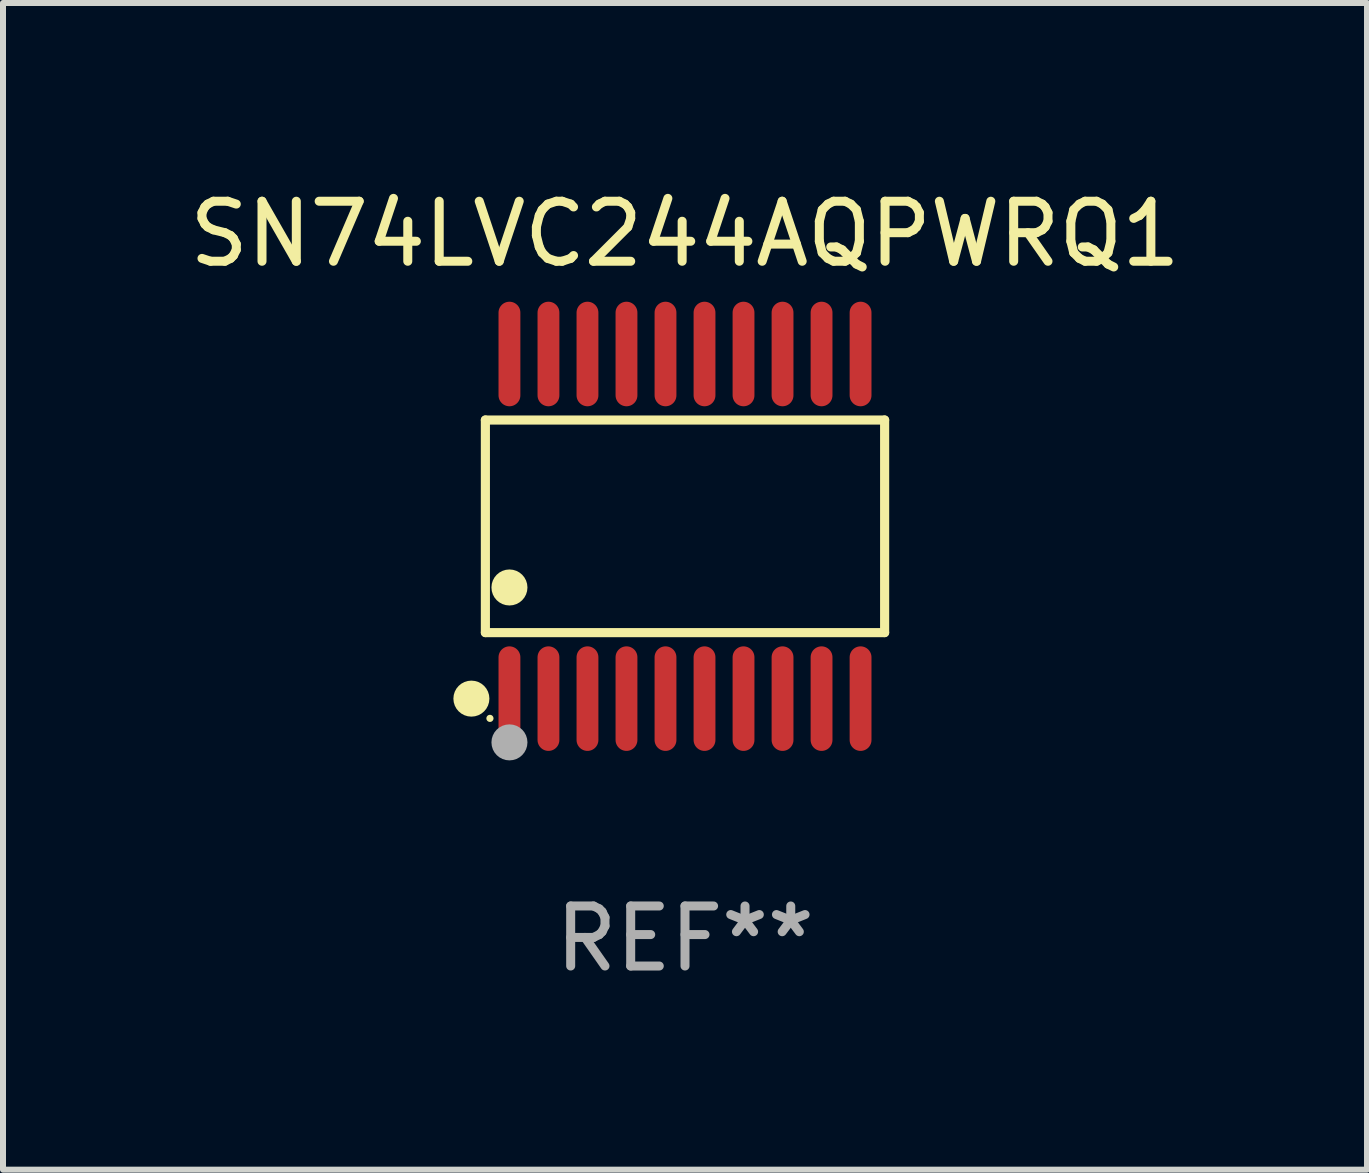
<source format=kicad_pcb>
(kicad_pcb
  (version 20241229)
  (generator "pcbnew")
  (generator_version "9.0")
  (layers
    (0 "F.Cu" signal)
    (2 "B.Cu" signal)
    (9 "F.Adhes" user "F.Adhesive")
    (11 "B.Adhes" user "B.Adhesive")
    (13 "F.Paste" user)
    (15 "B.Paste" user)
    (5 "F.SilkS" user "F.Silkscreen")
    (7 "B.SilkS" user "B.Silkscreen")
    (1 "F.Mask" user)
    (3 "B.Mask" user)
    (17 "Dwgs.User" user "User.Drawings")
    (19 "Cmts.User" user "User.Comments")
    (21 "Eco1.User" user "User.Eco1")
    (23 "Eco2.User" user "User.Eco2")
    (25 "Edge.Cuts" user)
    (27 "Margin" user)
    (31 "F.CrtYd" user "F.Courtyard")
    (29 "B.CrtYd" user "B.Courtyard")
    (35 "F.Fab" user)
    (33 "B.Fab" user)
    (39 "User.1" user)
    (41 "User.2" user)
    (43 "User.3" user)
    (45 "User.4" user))
  (footprint "SN74LVC244AQPWRQ1"
    (layer "F.Cu")
    (at 8.363 5.719)
    (property "Reference" "SN74LVC244AQPWRQ1" (at 0 -4.871 0) (layer "F.SilkS") (effects (font (size 1 1) (thickness 0.15))))
    (attr through_hole)
    (fp_line (start -3.326 -1.771) (end 3.326 -1.771) (stroke (width 0.152) (type solid)) (layer "F.SilkS"))
    (fp_line (start -3.326 1.771) (end -3.326 -1.771) (stroke (width 0.152) (type solid)) (layer "F.SilkS"))
    (fp_line (start 3.326 -1.771) (end 3.326 1.771) (stroke (width 0.152) (type solid)) (layer "F.SilkS"))
    (fp_line (start 3.326 1.771) (end -3.326 1.771) (stroke (width 0.152) (type solid)) (layer "F.SilkS"))
    (fp_circle (center -3.559 2.871) (end -3.409 2.871) (stroke (width 0.3) (type solid)) (fill no) (layer "F.SilkS"))
    (fp_circle (center -3.25 3.2) (end -3.22 3.2) (stroke (width 0.06) (type solid)) (fill no) (layer "F.SilkS"))
    (fp_circle (center -2.925 1.019) (end -2.775 1.019) (stroke (width 0.3) (type solid)) (fill no) (layer "F.SilkS"))
    (fp_circle (center -2.925 3.6) (end -2.775 3.6) (stroke (width 0.3) (type solid)) (fill no) (layer "F.Fab"))
    (fp_text user "REF**" (at 0 6.871 0) (layer "F.Fab") (effects (font (size 1 1) (thickness 0.15))))
    (pad "1" smd oval (at -2.925 2.871) (size 0.364 1.742) (layers "F.Cu" "F.Mask" "F.Paste"))
    (pad "2" smd oval (at -2.275 2.871) (size 0.364 1.742) (layers "F.Cu" "F.Mask" "F.Paste"))
    (pad "3" smd oval (at -1.625 2.871) (size 0.364 1.742) (layers "F.Cu" "F.Mask" "F.Paste"))
    (pad "4" smd oval (at -0.975 2.871) (size 0.364 1.742) (layers "F.Cu" "F.Mask" "F.Paste"))
    (pad "5" smd oval (at -0.325 2.871) (size 0.364 1.742) (layers "F.Cu" "F.Mask" "F.Paste"))
    (pad "6" smd oval (at 0.325 2.871) (size 0.364 1.742) (layers "F.Cu" "F.Mask" "F.Paste"))
    (pad "7" smd oval (at 0.975 2.871) (size 0.364 1.742) (layers "F.Cu" "F.Mask" "F.Paste"))
    (pad "8" smd oval (at 1.625 2.871) (size 0.364 1.742) (layers "F.Cu" "F.Mask" "F.Paste"))
    (pad "9" smd oval (at 2.275 2.871) (size 0.364 1.742) (layers "F.Cu" "F.Mask" "F.Paste"))
    (pad "10" smd oval (at 2.925 2.871) (size 0.364 1.742) (layers "F.Cu" "F.Mask" "F.Paste"))
    (pad "11" smd oval (at 2.925 -2.871) (size 0.364 1.742) (layers "F.Cu" "F.Mask" "F.Paste"))
    (pad "12" smd oval (at 2.275 -2.871) (size 0.364 1.742) (layers "F.Cu" "F.Mask" "F.Paste"))
    (pad "13" smd oval (at 1.625 -2.871) (size 0.364 1.742) (layers "F.Cu" "F.Mask" "F.Paste"))
    (pad "14" smd oval (at 0.975 -2.871) (size 0.364 1.742) (layers "F.Cu" "F.Mask" "F.Paste"))
    (pad "15" smd oval (at 0.325 -2.871) (size 0.364 1.742) (layers "F.Cu" "F.Mask" "F.Paste"))
    (pad "16" smd oval (at -0.325 -2.871) (size 0.364 1.742) (layers "F.Cu" "F.Mask" "F.Paste"))
    (pad "17" smd oval (at -0.975 -2.871) (size 0.364 1.742) (layers "F.Cu" "F.Mask" "F.Paste"))
    (pad "18" smd oval (at -1.625 -2.871) (size 0.364 1.742) (layers "F.Cu" "F.Mask" "F.Paste"))
    (pad "19" smd oval (at -2.275 -2.871) (size 0.364 1.742) (layers "F.Cu" "F.Mask" "F.Paste"))
    (pad "20" smd oval (at -2.925 -2.871) (size 0.364 1.742) (layers "F.Cu" "F.Mask" "F.Paste")))
  (gr_rect
    (start -3 -3)
    (end 19.726 16.438)
    (stroke (width 0.1) (type default))
    (fill no)
    (layer "Edge.Cuts")))
</source>
